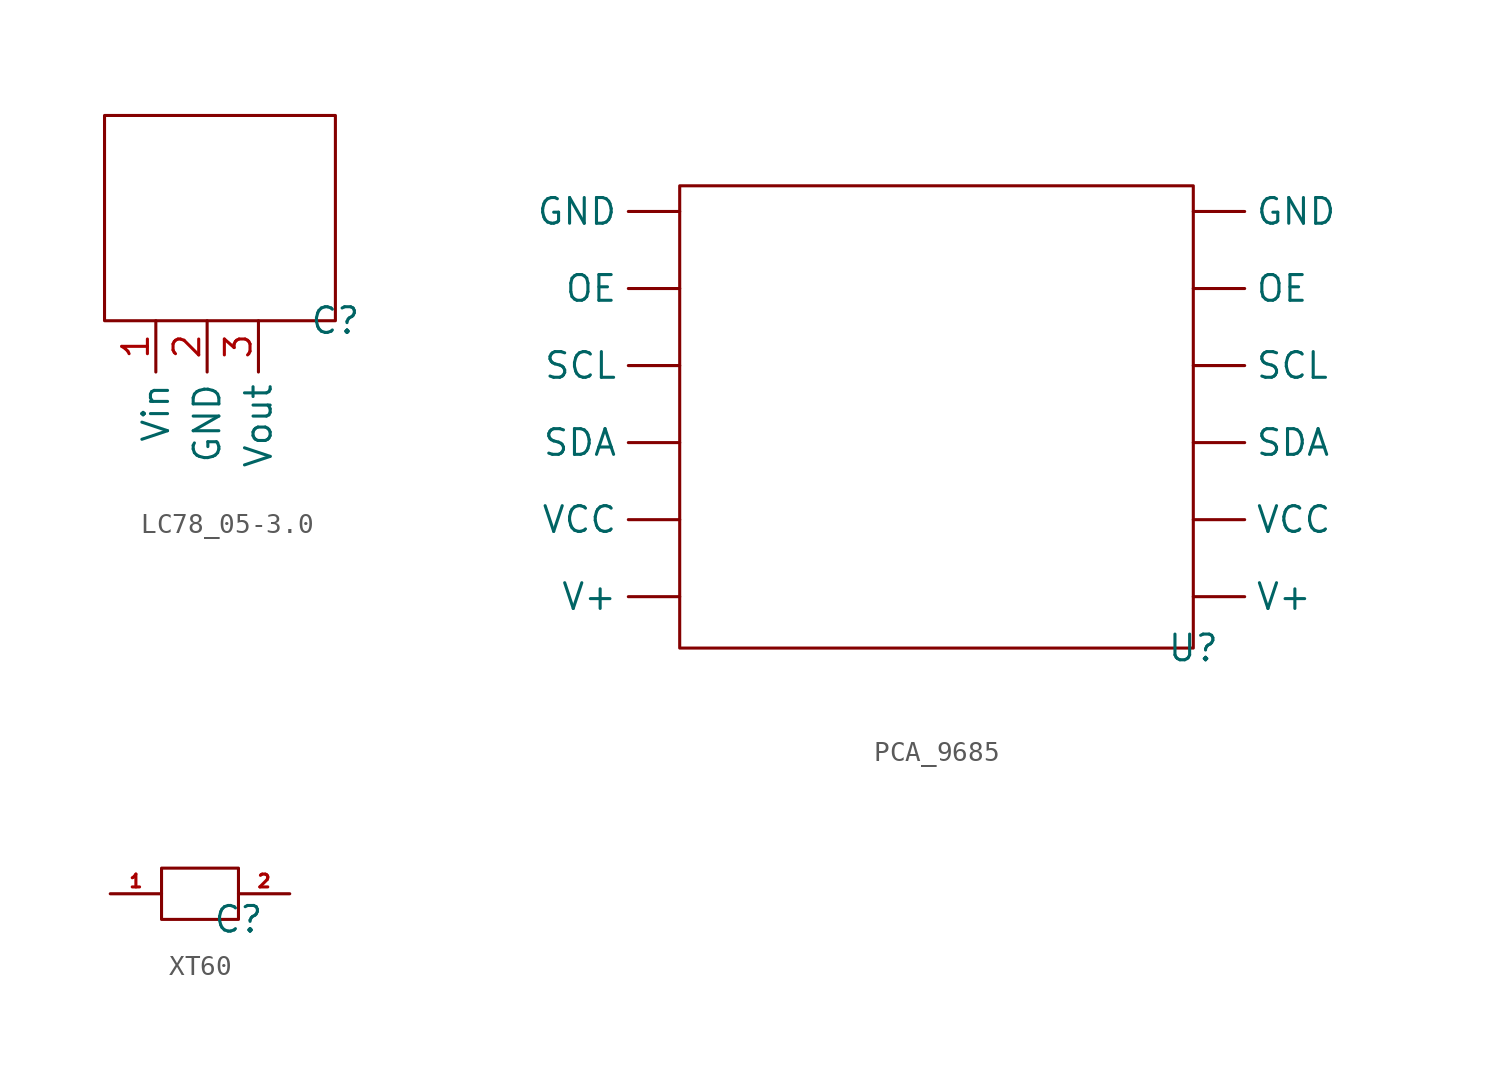
<source format=kicad_sym>
(kicad_symbol_lib
  (version 20231120)
  (generator "kicad_symbol_editor")
  (generator_version "8.0")
  (symbol "LC78_05-3.0"
    (property "Reference" "C"
      (at 0 0 0)
      (effects (font (size 1.27 1.27))))
    (property "Value" ""
      (at 0 0 0)
      (effects (font (size 1.27 1.27))))
    (symbol "LC78_05-3.0_0_1"
      (rectangle (start -11.43 10.16) (end 0 0) (stroke (width 0) (type default)) (fill (type none))))
    (symbol "LC78_05-3.0_1_1"
      (pin power_in line (at -8.89 0 270) (length 2.54) (name "Vin" (effects (font (size 1.27 1.27)))) (number "1" (effects (font (size 1.27 1.27)))))
      (pin power_in line (at -6.35 0 270) (length 2.54) (name "GND" (effects (font (size 1.27 1.27)))) (number "2" (effects (font (size 1.27 1.27)))))
      (pin power_out line (at -3.81 0 270) (length 2.54) (name "Vout" (effects (font (size 1.27 1.27)))) (number "3" (effects (font (size 1.27 1.27)))))))
  (symbol "PCA_9685"
    (property "Reference" "U"
      (at 0 0 0)
      (effects (font (size 1.27 1.27))))
    (property "Value" ""
      (at 1.27 -1.27 0)
      (effects (font (size 1.27 1.27))))
    (symbol "PCA_9685_0_1"
      (rectangle (start -25.4 22.86) (end 0 0) (stroke (width 0) (type default)) (fill (type none))))
    (symbol "PCA_9685_1_1"
      (pin power_in line (at -25.4 21.59 180) (length 2.54) (name "GND" (effects (font (size 1.27 1.27)))) (number "" (effects (font (size 1.27 1.27)))))
      (pin power_in line (at -10.16 22.86 90) (length 2.54) hide (name "GND" (effects (font (size 1.27 1.27)))) (number "" (effects (font (size 1.27 1.27)))))
      (pin power_out line (at 0 21.59 0) (length 2.54) (name "GND" (effects (font (size 1.27 1.27)))) (number "" (effects (font (size 1.27 1.27)))))
      (pin input line (at -25.4 17.78 180) (length 2.54) (name "OE" (effects (font (size 1.27 1.27)))) (number "" (effects (font (size 1.27 1.27)))))
      (pin output line (at 0 17.78 0) (length 2.54) (name "OE" (effects (font (size 1.27 1.27)))) (number "" (effects (font (size 1.27 1.27)))))
      (pin input line (at -25.4 13.97 180) (length 2.54) (name "SCL" (effects (font (size 1.27 1.27)))) (number "" (effects (font (size 1.27 1.27)))))
      (pin output line (at 0 13.97 0) (length 2.54) (name "SCL" (effects (font (size 1.27 1.27)))) (number "" (effects (font (size 1.27 1.27)))))
      (pin input line (at -25.4 10.16 180) (length 2.54) (name "SDA" (effects (font (size 1.27 1.27)))) (number "" (effects (font (size 1.27 1.27)))))
      (pin output line (at 0 10.16 0) (length 2.54) (name "SDA" (effects (font (size 1.27 1.27)))) (number "" (effects (font (size 1.27 1.27)))))
      (pin power_in line (at -25.4 2.54 180) (length 2.54) (name "V+" (effects (font (size 1.27 1.27)))) (number "" (effects (font (size 1.27 1.27)))))
      (pin power_in line (at -15.24 22.86 90) (length 2.54) hide (name "V+" (effects (font (size 1.27 1.27)))) (number "" (effects (font (size 1.27 1.27)))))
      (pin power_out line (at 0 2.54 0) (length 2.54) (name "V+" (effects (font (size 1.27 1.27)))) (number "" (effects (font (size 1.27 1.27)))))
      (pin input line (at -25.4 6.35 180) (length 2.54) (name "VCC" (effects (font (size 1.27 1.27)))) (number "" (effects (font (size 1.27 1.27)))))
      (pin output line (at 0 6.35 0) (length 2.54) (name "VCC" (effects (font (size 1.27 1.27)))) (number "" (effects (font (size 1.27 1.27)))))))
  (symbol "XT60"
    (property "Reference" "C"
      (at 0 0 0)
      (effects (font (size 1.27 1.27))))
    (property "Value" ""
      (at 0 0 0)
      (effects (font (size 1.27 1.27))))
    (symbol "XT60_0_1"
      (rectangle (start -3.81 2.54) (end 0 0) (stroke (width 0) (type default)) (fill (type none))))
    (symbol "XT60_1_1"
      (pin power_in line (at -3.81 1.27 180) (length 2.54) (name "Vin" (effects (font (size 0 0)))) (number "1" (effects (font (size 0.635 0.635)))))
      (pin power_out line (at 0 1.27 0) (length 2.54) (name "Vout" (effects (font (size 0 0)))) (number "2" (effects (font (size 0.635 0.635))))))))
</source>
